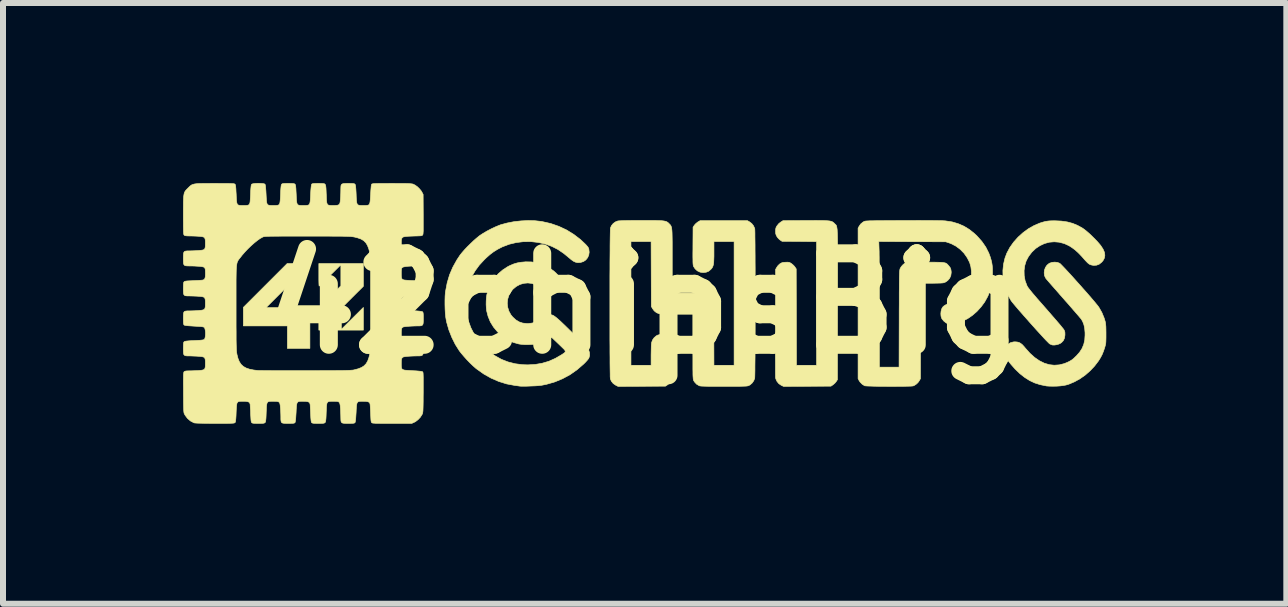
<source format=kicad_pcb>
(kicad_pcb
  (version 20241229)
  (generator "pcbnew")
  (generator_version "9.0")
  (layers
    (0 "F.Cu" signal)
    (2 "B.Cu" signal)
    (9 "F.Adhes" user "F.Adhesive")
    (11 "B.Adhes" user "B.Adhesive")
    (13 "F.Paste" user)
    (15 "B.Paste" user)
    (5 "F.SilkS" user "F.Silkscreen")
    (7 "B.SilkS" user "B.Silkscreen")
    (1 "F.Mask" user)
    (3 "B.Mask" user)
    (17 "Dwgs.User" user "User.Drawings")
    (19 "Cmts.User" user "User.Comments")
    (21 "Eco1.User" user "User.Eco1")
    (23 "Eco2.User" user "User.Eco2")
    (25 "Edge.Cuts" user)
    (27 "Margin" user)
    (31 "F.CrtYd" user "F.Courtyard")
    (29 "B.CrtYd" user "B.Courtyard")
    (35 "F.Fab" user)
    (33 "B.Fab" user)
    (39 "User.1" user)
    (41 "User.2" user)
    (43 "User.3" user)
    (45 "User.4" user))
  (footprint "42chipsBig"
    (layer "F.Cu")
    (at 7.691 2.006)
    (property "Reference" "42chipsBig" (at 0 0 0) (layer "F.SilkS") (effects (font (size 1.524 1.524) (thickness 0.3))))
    (attr through_hole)
    (fp_poly (pts (xy -5.94 -0.297) (xy -6.307 0.07) (xy -5.577 0.07) (xy -5.577 0.75) (xy -5.952 0.75) (xy -5.952 0.375) (xy -6.686 0.375) (xy -6.686 0.066) (xy -6.321 -0.299) (xy -5.956 -0.664) (xy -5.573 -0.664) (xy -5.94 -0.297)) (stroke (width 0.01) (type solid)) (fill yes) (layer "F.SilkS"))
    (fp_poly (pts (xy -4.686 -0.285) (xy -4.87 -0.102) (xy -5.053 0.082) (xy -5.053 0.433) (xy -4.87 0.25) (xy -4.686 0.067) (xy -4.686 0.445) (xy -5.428 0.445) (xy -5.428 0.074) (xy -5.245 -0.109) (xy -5.061 -0.293) (xy -5.061 -0.644) (xy -5.239 -0.467) (xy -5.282 -0.424) (xy -5.322 -0.384) (xy -5.357 -0.35) (xy -5.386 -0.322) (xy -5.407 -0.302) (xy -5.42 -0.291) (xy -5.423 -0.289) (xy -5.424 -0.296) (xy -5.426 -0.317) (xy -5.427 -0.35) (xy -5.428 -0.391) (xy -5.428 -0.44) (xy -5.428 -0.476) (xy -5.428 -0.664) (xy -4.686 -0.664) (xy -4.686 -0.285)) (stroke (width 0.01) (type solid)) (fill yes) (layer "F.SilkS"))
    (fp_poly (pts (xy 2.919 -1.381) (xy 2.974 -1.381) (xy 3.018 -1.379) (xy 3.053 -1.377) (xy 3.082 -1.374) (xy 3.104 -1.369) (xy 3.121 -1.364) (xy 3.135 -1.357) (xy 3.147 -1.348) (xy 3.159 -1.338) (xy 3.165 -1.331) (xy 3.172 -1.324) (xy 3.178 -1.319) (xy 3.184 -1.314) (xy 3.189 -1.308) (xy 3.194 -1.301) (xy 3.198 -1.292) (xy 3.201 -1.281) (xy 3.204 -1.266) (xy 3.207 -1.247) (xy 3.21 -1.224) (xy 3.211 -1.194) (xy 3.213 -1.159) (xy 3.214 -1.116) (xy 3.215 -1.066) (xy 3.216 -1.008) (xy 3.217 -0.94) (xy 3.217 -0.862) (xy 3.217 -0.774) (xy 3.217 -0.675) (xy 3.217 -0.563) (xy 3.217 -0.439) (xy 3.217 -0.302) (xy 3.216 -0.15) (xy 3.216 0.016) (xy 3.214 1.27) (xy 3.193 1.303) (xy 3.172 1.328) (xy 3.146 1.351) (xy 3.138 1.357) (xy 3.106 1.379) (xy 2.316 1.383) (xy 2.275 1.363) (xy 2.236 1.336) (xy 2.206 1.299) (xy 2.187 1.257) (xy 2.183 1.239) (xy 2.182 1.227) (xy 2.182 1.201) (xy 2.181 1.16) (xy 2.181 1.108) (xy 2.181 1.044) (xy 2.181 0.969) (xy 2.18 0.885) (xy 2.18 0.792) (xy 2.18 0.693) (xy 2.18 0.586) (xy 2.18 0.475) (xy 2.181 0.359) (xy 2.181 0.32) (xy 2.183 -0.566) (xy 2.203 -0.601) (xy 2.221 -0.627) (xy 2.246 -0.652) (xy 2.256 -0.66) (xy 2.276 -0.672) (xy 2.295 -0.68) (xy 2.32 -0.684) (xy 2.35 -0.686) (xy 2.381 -0.687) (xy 2.403 -0.685) (xy 2.421 -0.68) (xy 2.439 -0.669) (xy 2.446 -0.665) (xy 2.472 -0.644) (xy 2.496 -0.62) (xy 2.505 -0.608) (xy 2.527 -0.575) (xy 2.529 0.228) (xy 2.531 1.031) (xy 2.866 1.031) (xy 2.866 -1.03) (xy 2.579 -1.033) (xy 2.291 -1.035) (xy 2.259 -1.056) (xy 2.236 -1.076) (xy 2.213 -1.102) (xy 2.205 -1.115) (xy 2.192 -1.14) (xy 2.185 -1.165) (xy 2.183 -1.196) (xy 2.183 -1.203) (xy 2.184 -1.235) (xy 2.189 -1.259) (xy 2.2 -1.282) (xy 2.207 -1.293) (xy 2.237 -1.33) (xy 2.269 -1.355) (xy 2.307 -1.379) (xy 2.681 -1.381) (xy 2.774 -1.381) (xy 2.853 -1.382) (xy 2.919 -1.381)) (stroke (width 0.01) (type solid)) (fill yes) (layer "F.SilkS"))
    (fp_poly (pts (xy 6.945 -1.372) (xy 7.043 -1.358) (xy 7.133 -1.334) (xy 7.219 -1.298) (xy 7.295 -1.256) (xy 7.328 -1.233) (xy 7.369 -1.2) (xy 7.414 -1.161) (xy 7.461 -1.116) (xy 7.507 -1.07) (xy 7.55 -1.025) (xy 7.587 -0.982) (xy 7.603 -0.962) (xy 7.64 -0.905) (xy 7.663 -0.852) (xy 7.67 -0.802) (xy 7.662 -0.755) (xy 7.639 -0.712) (xy 7.616 -0.686) (xy 7.576 -0.654) (xy 7.532 -0.637) (xy 7.482 -0.634) (xy 7.473 -0.635) (xy 7.439 -0.642) (xy 7.411 -0.654) (xy 7.384 -0.675) (xy 7.354 -0.706) (xy 7.348 -0.712) (xy 7.284 -0.785) (xy 7.226 -0.845) (xy 7.171 -0.894) (xy 7.118 -0.933) (xy 7.065 -0.965) (xy 7.011 -0.99) (xy 6.992 -0.998) (xy 6.909 -1.02) (xy 6.826 -1.027) (xy 6.744 -1.02) (xy 6.664 -0.998) (xy 6.589 -0.963) (xy 6.518 -0.916) (xy 6.454 -0.855) (xy 6.399 -0.783) (xy 6.397 -0.78) (xy 6.359 -0.708) (xy 6.335 -0.629) (xy 6.324 -0.547) (xy 6.326 -0.463) (xy 6.341 -0.379) (xy 6.371 -0.299) (xy 6.373 -0.293) (xy 6.381 -0.279) (xy 6.393 -0.261) (xy 6.41 -0.239) (xy 6.433 -0.21) (xy 6.462 -0.174) (xy 6.499 -0.131) (xy 6.543 -0.079) (xy 6.597 -0.018) (xy 6.66 0.054) (xy 6.684 0.081) (xy 6.738 0.143) (xy 6.789 0.202) (xy 6.837 0.257) (xy 6.88 0.307) (xy 6.918 0.351) (xy 6.948 0.388) (xy 6.971 0.416) (xy 6.985 0.434) (xy 6.989 0.44) (xy 6.999 0.461) (xy 7.004 0.482) (xy 7.005 0.509) (xy 7.005 0.528) (xy 6.997 0.579) (xy 6.978 0.62) (xy 6.948 0.652) (xy 6.924 0.668) (xy 6.896 0.68) (xy 6.862 0.689) (xy 6.828 0.694) (xy 6.799 0.693) (xy 6.787 0.69) (xy 6.772 0.684) (xy 6.752 0.675) (xy 6.75 0.674) (xy 6.741 0.666) (xy 6.722 0.647) (xy 6.695 0.62) (xy 6.661 0.584) (xy 6.622 0.541) (xy 6.578 0.493) (xy 6.53 0.441) (xy 6.481 0.386) (xy 6.43 0.329) (xy 6.379 0.271) (xy 6.329 0.215) (xy 6.281 0.16) (xy 6.237 0.11) (xy 6.197 0.063) (xy 6.163 0.023) (xy 6.136 -0.01) (xy 6.116 -0.035) (xy 6.108 -0.046) (xy 6.056 -0.136) (xy 6.016 -0.234) (xy 5.988 -0.337) (xy 5.973 -0.443) (xy 5.971 -0.549) (xy 5.982 -0.655) (xy 6.006 -0.756) (xy 6.037 -0.838) (xy 6.087 -0.932) (xy 6.15 -1.021) (xy 6.224 -1.104) (xy 6.307 -1.179) (xy 6.396 -1.244) (xy 6.491 -1.298) (xy 6.588 -1.339) (xy 6.643 -1.356) (xy 6.677 -1.365) (xy 6.707 -1.37) (xy 6.738 -1.374) (xy 6.773 -1.376) (xy 6.818 -1.377) (xy 6.838 -1.377) (xy 6.945 -1.372)) (stroke (width 0.01) (type solid)) (fill yes) (layer "F.SilkS"))
    (fp_poly (pts (xy 6.88 -0.683) (xy 6.916 -0.669) (xy 6.928 -0.66) (xy 6.948 -0.64) (xy 6.977 -0.61) (xy 7.012 -0.573) (xy 7.053 -0.529) (xy 7.099 -0.479) (xy 7.147 -0.426) (xy 7.198 -0.369) (xy 7.25 -0.311) (xy 7.302 -0.252) (xy 7.353 -0.195) (xy 7.401 -0.14) (xy 7.446 -0.088) (xy 7.486 -0.041) (xy 7.52 -0.000029) (xy 7.547 0.033) (xy 7.566 0.058) (xy 7.572 0.067) (xy 7.62 0.151) (xy 7.658 0.243) (xy 7.676 0.302) (xy 7.681 0.326) (xy 7.684 0.353) (xy 7.687 0.386) (xy 7.688 0.428) (xy 7.689 0.481) (xy 7.689 0.512) (xy 7.689 0.566) (xy 7.688 0.607) (xy 7.687 0.639) (xy 7.685 0.665) (xy 7.681 0.686) (xy 7.676 0.707) (xy 7.669 0.731) (xy 7.668 0.735) (xy 7.646 0.8) (xy 7.624 0.854) (xy 7.597 0.905) (xy 7.564 0.958) (xy 7.5 1.042) (xy 7.426 1.121) (xy 7.344 1.193) (xy 7.256 1.255) (xy 7.164 1.306) (xy 7.072 1.345) (xy 7.022 1.36) (xy 6.979 1.368) (xy 6.925 1.375) (xy 6.865 1.379) (xy 6.804 1.38) (xy 6.747 1.379) (xy 6.699 1.376) (xy 6.69 1.374) (xy 6.592 1.354) (xy 6.501 1.325) (xy 6.416 1.285) (xy 6.334 1.233) (xy 6.254 1.17) (xy 6.174 1.093) (xy 6.103 1.012) (xy 6.064 0.963) (xy 6.035 0.923) (xy 6.015 0.888) (xy 6.004 0.857) (xy 5.999 0.827) (xy 5.999 0.814) (xy 6.005 0.761) (xy 6.025 0.716) (xy 6.056 0.68) (xy 6.097 0.655) (xy 6.146 0.642) (xy 6.171 0.64) (xy 6.208 0.643) (xy 6.238 0.65) (xy 6.266 0.665) (xy 6.295 0.688) (xy 6.327 0.723) (xy 6.346 0.746) (xy 6.422 0.831) (xy 6.5 0.901) (xy 6.58 0.956) (xy 6.661 0.996) (xy 6.744 1.021) (xy 6.827 1.03) (xy 6.911 1.024) (xy 6.995 1.003) (xy 7.061 0.975) (xy 7.095 0.957) (xy 7.125 0.938) (xy 7.154 0.914) (xy 7.188 0.881) (xy 7.194 0.876) (xy 7.249 0.814) (xy 7.29 0.751) (xy 7.318 0.684) (xy 7.335 0.612) (xy 7.34 0.531) (xy 7.34 0.488) (xy 7.334 0.416) (xy 7.321 0.355) (xy 7.301 0.303) (xy 7.279 0.264) (xy 7.27 0.253) (xy 7.252 0.232) (xy 7.226 0.201) (xy 7.192 0.162) (xy 7.152 0.116) (xy 7.107 0.064) (xy 7.058 0.007) (xy 7.005 -0.052) (xy 6.979 -0.082) (xy 6.925 -0.143) (xy 6.875 -0.201) (xy 6.828 -0.254) (xy 6.786 -0.302) (xy 6.75 -0.343) (xy 6.721 -0.377) (xy 6.699 -0.402) (xy 6.687 -0.418) (xy 6.684 -0.421) (xy 6.665 -0.462) (xy 6.659 -0.508) (xy 6.664 -0.555) (xy 6.68 -0.599) (xy 6.706 -0.637) (xy 6.741 -0.666) (xy 6.751 -0.671) (xy 6.791 -0.684) (xy 6.836 -0.688) (xy 6.88 -0.683)) (stroke (width 0.01) (type solid)) (fill yes) (layer "F.SilkS"))
    (fp_poly (pts (xy 4.677 -1.381) (xy 4.771 -1.381) (xy 4.852 -1.38) (xy 4.917 -1.379) (xy 4.968 -1.378) (xy 5.003 -1.376) (xy 5.015 -1.375) (xy 5.126 -1.358) (xy 5.227 -1.328) (xy 5.323 -1.286) (xy 5.413 -1.231) (xy 5.5 -1.161) (xy 5.542 -1.121) (xy 5.621 -1.032) (xy 5.686 -0.938) (xy 5.736 -0.839) (xy 5.759 -0.777) (xy 5.775 -0.724) (xy 5.786 -0.677) (xy 5.793 -0.632) (xy 5.797 -0.582) (xy 5.798 -0.524) (xy 5.798 -0.508) (xy 5.794 -0.402) (xy 5.78 -0.306) (xy 5.757 -0.216) (xy 5.724 -0.129) (xy 5.714 -0.108) (xy 5.667 -0.023) (xy 5.607 0.058) (xy 5.539 0.133) (xy 5.463 0.199) (xy 5.383 0.254) (xy 5.3 0.295) (xy 5.296 0.297) (xy 5.261 0.31) (xy 5.223 0.323) (xy 5.184 0.335) (xy 5.149 0.344) (xy 5.122 0.35) (xy 5.109 0.351) (xy 5.067 0.344) (xy 5.025 0.325) (xy 4.987 0.295) (xy 4.957 0.258) (xy 4.951 0.248) (xy 4.94 0.213) (xy 4.937 0.171) (xy 4.941 0.128) (xy 4.952 0.09) (xy 4.959 0.076) (xy 4.972 0.057) (xy 4.989 0.042) (xy 5.012 0.027) (xy 5.044 0.012) (xy 5.087 -0.005) (xy 5.11 -0.014) (xy 5.174 -0.04) (xy 5.226 -0.067) (xy 5.27 -0.097) (xy 5.31 -0.134) (xy 5.345 -0.173) (xy 5.384 -0.233) (xy 5.414 -0.302) (xy 5.435 -0.378) (xy 5.446 -0.457) (xy 5.447 -0.537) (xy 5.437 -0.613) (xy 5.417 -0.682) (xy 5.376 -0.762) (xy 5.324 -0.836) (xy 5.261 -0.9) (xy 5.189 -0.954) (xy 5.11 -0.995) (xy 5.073 -1.009) (xy 5.018 -1.027) (xy 4.461 -1.029) (xy 3.903 -1.032) (xy 3.908 -0.89) (xy 3.909 -0.863) (xy 3.909 -0.822) (xy 3.91 -0.767) (xy 3.91 -0.701) (xy 3.911 -0.623) (xy 3.912 -0.536) (xy 3.912 -0.441) (xy 3.912 -0.338) (xy 3.913 -0.229) (xy 3.913 -0.115) (xy 3.913 0.003) (xy 3.913 0.123) (xy 3.913 0.157) (xy 3.913 1.062) (xy 4.241 1.062) (xy 4.243 0.256) (xy 4.243 0.126) (xy 4.244 0.011) (xy 4.244 -0.091) (xy 4.244 -0.179) (xy 4.245 -0.256) (xy 4.245 -0.321) (xy 4.246 -0.377) (xy 4.246 -0.423) (xy 4.247 -0.462) (xy 4.248 -0.493) (xy 4.249 -0.517) (xy 4.25 -0.536) (xy 4.252 -0.551) (xy 4.254 -0.562) (xy 4.255 -0.571) (xy 4.258 -0.577) (xy 4.26 -0.583) (xy 4.261 -0.586) (xy 4.281 -0.617) (xy 4.308 -0.647) (xy 4.337 -0.67) (xy 4.356 -0.68) (xy 4.368 -0.682) (xy 4.394 -0.683) (xy 4.432 -0.685) (xy 4.48 -0.686) (xy 4.537 -0.687) (xy 4.601 -0.687) (xy 4.669 -0.687) (xy 4.679 -0.687) (xy 4.761 -0.687) (xy 4.828 -0.687) (xy 4.883 -0.686) (xy 4.926 -0.685) (xy 4.961 -0.683) (xy 4.988 -0.679) (xy 5.009 -0.675) (xy 5.025 -0.668) (xy 5.038 -0.66) (xy 5.049 -0.649) (xy 5.061 -0.636) (xy 5.068 -0.628) (xy 5.091 -0.599) (xy 5.103 -0.571) (xy 5.109 -0.537) (xy 5.11 -0.513) (xy 5.103 -0.462) (xy 5.083 -0.418) (xy 5.051 -0.381) (xy 5.011 -0.354) (xy 4.979 -0.343) (xy 4.962 -0.341) (xy 4.932 -0.339) (xy 4.893 -0.338) (xy 4.846 -0.337) (xy 4.794 -0.336) (xy 4.774 -0.336) (xy 4.601 -0.336) (xy 4.599 0.459) (xy 4.597 1.254) (xy 4.579 1.286) (xy 4.555 1.32) (xy 4.523 1.349) (xy 4.489 1.37) (xy 4.475 1.375) (xy 4.46 1.377) (xy 4.431 1.379) (xy 4.391 1.38) (xy 4.341 1.381) (xy 4.283 1.382) (xy 4.22 1.382) (xy 4.152 1.383) (xy 4.082 1.383) (xy 4.012 1.382) (xy 3.943 1.382) (xy 3.878 1.381) (xy 3.819 1.38) (xy 3.766 1.378) (xy 3.723 1.377) (xy 3.691 1.375) (xy 3.671 1.373) (xy 3.667 1.372) (xy 3.627 1.347) (xy 3.593 1.313) (xy 3.575 1.286) (xy 3.558 1.254) (xy 3.558 -1.254) (xy 3.575 -1.285) (xy 3.601 -1.323) (xy 3.636 -1.352) (xy 3.655 -1.364) (xy 3.661 -1.367) (xy 3.668 -1.369) (xy 3.677 -1.371) (xy 3.69 -1.373) (xy 3.707 -1.374) (xy 3.729 -1.375) (xy 3.758 -1.377) (xy 3.795 -1.377) (xy 3.84 -1.378) (xy 3.895 -1.379) (xy 3.96 -1.379) (xy 4.038 -1.38) (xy 4.128 -1.38) (xy 4.232 -1.381) (xy 4.308 -1.381) (xy 4.444 -1.381) (xy 4.567 -1.382) (xy 4.677 -1.381)) (stroke (width 0.01) (type solid)) (fill yes) (layer "F.SilkS"))
    (fp_poly (pts (xy 0.039 -1.382) (xy 0.115 -1.382) (xy 0.178 -1.382) (xy 0.23 -1.38) (xy 0.272 -1.379) (xy 0.306 -1.376) (xy 0.332 -1.372) (xy 0.353 -1.367) (xy 0.369 -1.361) (xy 0.382 -1.353) (xy 0.394 -1.344) (xy 0.405 -1.333) (xy 0.408 -1.33) (xy 0.418 -1.32) (xy 0.427 -1.311) (xy 0.434 -1.301) (xy 0.44 -1.291) (xy 0.445 -1.278) (xy 0.45 -1.261) (xy 0.453 -1.24) (xy 0.456 -1.212) (xy 0.458 -1.178) (xy 0.459 -1.136) (xy 0.46 -1.084) (xy 0.461 -1.022) (xy 0.461 -0.948) (xy 0.461 -0.861) (xy 0.461 -0.76) (xy 0.461 -0.707) (xy 0.461 -0.172) (xy 0.74 -0.172) (xy 0.819 -0.172) (xy 0.883 -0.171) (xy 0.935 -0.17) (xy 0.977 -0.169) (xy 1.009 -0.166) (xy 1.034 -0.162) (xy 1.054 -0.157) (xy 1.069 -0.15) (xy 1.081 -0.141) (xy 1.093 -0.13) (xy 1.103 -0.12) (xy 1.112 -0.11) (xy 1.12 -0.101) (xy 1.127 -0.092) (xy 1.133 -0.081) (xy 1.138 -0.068) (xy 1.142 -0.051) (xy 1.145 -0.029) (xy 1.148 -0.001) (xy 1.149 0.035) (xy 1.151 0.078) (xy 1.152 0.131) (xy 1.153 0.195) (xy 1.153 0.271) (xy 1.154 0.359) (xy 1.154 0.462) (xy 1.154 0.498) (xy 1.156 1.031) (xy 1.492 1.031) (xy 1.492 -1.031) (xy 1.156 -1.031) (xy 1.156 -0.853) (xy 1.156 -0.784) (xy 1.154 -0.73) (xy 1.152 -0.686) (xy 1.148 -0.652) (xy 1.141 -0.626) (xy 1.132 -0.604) (xy 1.121 -0.586) (xy 1.106 -0.569) (xy 1.104 -0.567) (xy 1.067 -0.536) (xy 1.027 -0.52) (xy 0.978 -0.514) (xy 0.976 -0.514) (xy 0.925 -0.521) (xy 0.879 -0.543) (xy 0.842 -0.577) (xy 0.817 -0.615) (xy 0.814 -0.623) (xy 0.811 -0.633) (xy 0.809 -0.648) (xy 0.807 -0.668) (xy 0.806 -0.695) (xy 0.806 -0.73) (xy 0.805 -0.776) (xy 0.805 -0.833) (xy 0.806 -0.903) (xy 0.806 -0.956) (xy 0.808 -1.27) (xy 0.83 -1.303) (xy 0.85 -1.326) (xy 0.876 -1.348) (xy 0.888 -1.357) (xy 0.926 -1.379) (xy 1.714 -1.379) (xy 1.749 -1.359) (xy 1.786 -1.331) (xy 1.815 -1.294) (xy 1.834 -1.252) (xy 1.836 -1.245) (xy 1.837 -1.233) (xy 1.838 -1.206) (xy 1.839 -1.166) (xy 1.839 -1.113) (xy 1.84 -1.049) (xy 1.841 -0.974) (xy 1.841 -0.89) (xy 1.842 -0.798) (xy 1.842 -0.698) (xy 1.843 -0.592) (xy 1.843 -0.481) (xy 1.843 -0.365) (xy 1.843 -0.247) (xy 1.843 -0.126) (xy 1.843 -0.004) (xy 1.843 0.118) (xy 1.843 0.239) (xy 1.843 0.357) (xy 1.843 0.473) (xy 1.842 0.585) (xy 1.842 0.692) (xy 1.841 0.792) (xy 1.841 0.885) (xy 1.84 0.97) (xy 1.839 1.046) (xy 1.839 1.111) (xy 1.838 1.165) (xy 1.837 1.206) (xy 1.836 1.234) (xy 1.835 1.248) (xy 1.835 1.248) (xy 1.819 1.289) (xy 1.792 1.327) (xy 1.758 1.357) (xy 1.738 1.368) (xy 1.73 1.371) (xy 1.721 1.374) (xy 1.708 1.376) (xy 1.692 1.378) (xy 1.67 1.379) (xy 1.64 1.38) (xy 1.603 1.381) (xy 1.555 1.382) (xy 1.497 1.382) (xy 1.426 1.382) (xy 1.341 1.382) (xy 1.322 1.382) (xy 1.232 1.382) (xy 1.157 1.382) (xy 1.095 1.382) (xy 1.044 1.381) (xy 1.004 1.38) (xy 0.973 1.379) (xy 0.949 1.378) (xy 0.931 1.376) (xy 0.919 1.374) (xy 0.909 1.371) (xy 0.908 1.37) (xy 0.866 1.345) (xy 0.832 1.308) (xy 0.819 1.287) (xy 0.816 1.281) (xy 0.814 1.274) (xy 0.812 1.264) (xy 0.81 1.251) (xy 0.809 1.234) (xy 0.807 1.211) (xy 0.806 1.181) (xy 0.806 1.144) (xy 0.805 1.097) (xy 0.805 1.04) (xy 0.805 0.971) (xy 0.805 0.891) (xy 0.804 0.796) (xy 0.804 0.719) (xy 0.804 0.18) (xy 0.538 0.18) (xy 0.459 0.179) (xy 0.39 0.179) (xy 0.333 0.177) (xy 0.287 0.176) (xy 0.255 0.173) (xy 0.239 0.171) (xy 0.198 0.154) (xy 0.161 0.124) (xy 0.132 0.086) (xy 0.131 0.083) (xy 0.113 0.051) (xy 0.111 -0.49) (xy 0.109 -1.031) (xy -0.227 -1.031) (xy -0.227 1.031) (xy 0.109 1.031) (xy 0.109 0.86) (xy 0.11 0.807) (xy 0.111 0.757) (xy 0.112 0.713) (xy 0.114 0.677) (xy 0.117 0.654) (xy 0.118 0.65) (xy 0.133 0.609) (xy 0.16 0.571) (xy 0.195 0.541) (xy 0.214 0.53) (xy 0.26 0.517) (xy 0.309 0.518) (xy 0.356 0.531) (xy 0.398 0.556) (xy 0.432 0.591) (xy 0.433 0.593) (xy 0.457 0.626) (xy 0.459 0.94) (xy 0.461 1.254) (xy 0.437 1.295) (xy 0.415 1.325) (xy 0.39 1.351) (xy 0.381 1.357) (xy 0.349 1.379) (xy -0.441 1.383) (xy -0.481 1.363) (xy -0.523 1.334) (xy -0.554 1.295) (xy -0.57 1.257) (xy -0.571 1.245) (xy -0.573 1.219) (xy -0.573 1.179) (xy -0.574 1.127) (xy -0.575 1.063) (xy -0.576 0.988) (xy -0.576 0.905) (xy -0.577 0.812) (xy -0.577 0.713) (xy -0.578 0.607) (xy -0.578 0.496) (xy -0.578 0.38) (xy -0.578 0.262) (xy -0.578 0.141) (xy -0.578 0.019) (xy -0.578 -0.104) (xy -0.578 -0.225) (xy -0.578 -0.345) (xy -0.578 -0.461) (xy -0.577 -0.574) (xy -0.577 -0.681) (xy -0.576 -0.783) (xy -0.575 -0.877) (xy -0.575 -0.964) (xy -0.574 -1.041) (xy -0.573 -1.108) (xy -0.572 -1.164) (xy -0.571 -1.208) (xy -0.57 -1.238) (xy -0.569 -1.254) (xy -0.569 -1.256) (xy -0.552 -1.295) (xy -0.523 -1.331) (xy -0.486 -1.358) (xy -0.446 -1.374) (xy -0.426 -1.376) (xy -0.391 -1.378) (xy -0.34 -1.38) (xy -0.276 -1.381) (xy -0.196 -1.382) (xy -0.103 -1.382) (xy -0.052 -1.382) (xy 0.039 -1.382)) (stroke (width 0.01) (type solid)) (fill yes) (layer "F.SilkS"))
    (fp_poly (pts (xy -1.826 -1.378) (xy -1.72 -1.366) (xy -1.704 -1.363) (xy -1.563 -1.331) (xy -1.428 -1.284) (xy -1.3 -1.224) (xy -1.18 -1.15) (xy -1.069 -1.065) (xy -1.011 -1.011) (xy -0.979 -0.98) (xy -0.957 -0.955) (xy -0.942 -0.936) (xy -0.933 -0.919) (xy -0.929 -0.906) (xy -0.923 -0.854) (xy -0.93 -0.806) (xy -0.949 -0.762) (xy -0.979 -0.725) (xy -1.018 -0.698) (xy -1.065 -0.683) (xy -1.079 -0.681) (xy -1.116 -0.68) (xy -1.15 -0.687) (xy -1.183 -0.702) (xy -1.219 -0.727) (xy -1.252 -0.755) (xy -1.348 -0.834) (xy -1.444 -0.899) (xy -1.544 -0.95) (xy -1.65 -0.988) (xy -1.762 -1.014) (xy -1.772 -1.016) (xy -1.895 -1.03) (xy -2.019 -1.029) (xy -2.139 -1.014) (xy -2.256 -0.986) (xy -2.367 -0.944) (xy -2.379 -0.938) (xy -2.451 -0.901) (xy -2.515 -0.861) (xy -2.575 -0.816) (xy -2.637 -0.761) (xy -2.672 -0.727) (xy -2.755 -0.637) (xy -2.823 -0.544) (xy -2.878 -0.448) (xy -2.921 -0.345) (xy -2.954 -0.234) (xy -2.957 -0.221) (xy -2.964 -0.179) (xy -2.969 -0.125) (xy -2.972 -0.065) (xy -2.974 -0.001) (xy -2.973 0.061) (xy -2.97 0.117) (xy -2.965 0.163) (xy -2.965 0.165) (xy -2.937 0.288) (xy -2.895 0.404) (xy -2.839 0.514) (xy -2.768 0.617) (xy -2.685 0.713) (xy -2.59 0.801) (xy -2.49 0.874) (xy -2.386 0.932) (xy -2.276 0.975) (xy -2.159 1.005) (xy -2.036 1.021) (xy -1.946 1.024) (xy -1.822 1.017) (xy -1.706 0.997) (xy -1.594 0.964) (xy -1.487 0.916) (xy -1.385 0.857) (xy -1.358 0.839) (xy -1.338 0.825) (xy -1.325 0.813) (xy -1.321 0.801) (xy -1.325 0.786) (xy -1.338 0.768) (xy -1.361 0.745) (xy -1.394 0.713) (xy -1.429 0.679) (xy -1.55 0.564) (xy -1.57 0.578) (xy -1.601 0.597) (xy -1.642 0.618) (xy -1.687 0.638) (xy -1.731 0.655) (xy -1.759 0.665) (xy -1.809 0.675) (xy -1.869 0.683) (xy -1.934 0.686) (xy -1.999 0.686) (xy -2.059 0.681) (xy -2.094 0.676) (xy -2.188 0.65) (xy -2.276 0.61) (xy -2.357 0.557) (xy -2.435 0.489) (xy -2.45 0.474) (xy -2.517 0.394) (xy -2.57 0.308) (xy -2.608 0.215) (xy -2.632 0.122) (xy -2.637 0.074) (xy -2.64 0.018) (xy -2.639 -0.042) (xy -2.635 -0.099) (xy -2.628 -0.147) (xy -2.6 -0.243) (xy -2.559 -0.334) (xy -2.504 -0.418) (xy -2.438 -0.494) (xy -2.362 -0.559) (xy -2.277 -0.614) (xy -2.241 -0.632) (xy -2.179 -0.658) (xy -2.121 -0.675) (xy -2.059 -0.686) (xy -1.989 -0.692) (xy -1.988 -0.693) (xy -1.882 -0.691) (xy -1.781 -0.674) (xy -1.686 -0.643) (xy -1.596 -0.598) (xy -1.514 -0.54) (xy -1.475 -0.505) (xy -1.444 -0.472) (xy -1.425 -0.44) (xy -1.416 -0.404) (xy -1.415 -0.36) (xy -1.415 -0.351) (xy -1.418 -0.319) (xy -1.424 -0.295) (xy -1.436 -0.274) (xy -1.442 -0.264) (xy -1.478 -0.227) (xy -1.522 -0.204) (xy -1.572 -0.194) (xy -1.583 -0.194) (xy -1.615 -0.195) (xy -1.64 -0.2) (xy -1.664 -0.21) (xy -1.69 -0.228) (xy -1.719 -0.25) (xy -1.749 -0.273) (xy -1.781 -0.294) (xy -1.808 -0.309) (xy -1.81 -0.31) (xy -1.877 -0.333) (xy -1.945 -0.341) (xy -2.012 -0.335) (xy -2.077 -0.316) (xy -2.138 -0.283) (xy -2.192 -0.238) (xy -2.227 -0.196) (xy -2.261 -0.135) (xy -2.281 -0.071) (xy -2.288 -0.003) (xy -2.281 0.064) (xy -2.261 0.129) (xy -2.228 0.189) (xy -2.198 0.226) (xy -2.146 0.274) (xy -2.09 0.308) (xy -2.03 0.328) (xy -1.963 0.335) (xy -1.934 0.335) (xy -1.871 0.327) (xy -1.815 0.309) (xy -1.761 0.279) (xy -1.716 0.244) (xy -1.674 0.213) (xy -1.633 0.195) (xy -1.591 0.188) (xy -1.581 0.188) (xy -1.564 0.188) (xy -1.549 0.191) (xy -1.532 0.196) (xy -1.514 0.205) (xy -1.494 0.219) (xy -1.469 0.238) (xy -1.44 0.263) (xy -1.404 0.295) (xy -1.362 0.335) (xy -1.311 0.384) (xy -1.251 0.443) (xy -1.21 0.483) (xy -1.145 0.547) (xy -1.088 0.604) (xy -1.038 0.655) (xy -0.998 0.697) (xy -0.966 0.731) (xy -0.945 0.755) (xy -0.934 0.769) (xy -0.933 0.771) (xy -0.918 0.819) (xy -0.916 0.867) (xy -0.925 0.902) (xy -0.936 0.923) (xy -0.956 0.948) (xy -0.985 0.98) (xy -1.014 1.009) (xy -1.125 1.105) (xy -1.242 1.187) (xy -1.366 1.254) (xy -1.496 1.308) (xy -1.634 1.348) (xy -1.714 1.364) (xy -1.741 1.367) (xy -1.779 1.371) (xy -1.825 1.374) (xy -1.876 1.376) (xy -1.928 1.378) (xy -1.977 1.38) (xy -2.021 1.38) (xy -2.057 1.38) (xy -2.08 1.378) (xy -2.082 1.378) (xy -2.101 1.375) (xy -2.129 1.371) (xy -2.162 1.367) (xy -2.167 1.366) (xy -2.3 1.341) (xy -2.431 1.3) (xy -2.558 1.245) (xy -2.68 1.176) (xy -2.797 1.093) (xy -2.816 1.078) (xy -2.861 1.038) (xy -2.911 0.99) (xy -2.963 0.936) (xy -3.012 0.881) (xy -3.056 0.829) (xy -3.087 0.789) (xy -3.154 0.683) (xy -3.212 0.566) (xy -3.261 0.442) (xy -3.298 0.313) (xy -3.304 0.284) (xy -3.313 0.232) (xy -3.32 0.168) (xy -3.324 0.096) (xy -3.326 0.021) (xy -3.326 -0.053) (xy -3.324 -0.123) (xy -3.319 -0.184) (xy -3.316 -0.203) (xy -3.289 -0.344) (xy -3.249 -0.478) (xy -3.195 -0.604) (xy -3.127 -0.726) (xy -3.074 -0.806) (xy -3.042 -0.846) (xy -3.002 -0.892) (xy -2.954 -0.943) (xy -2.903 -0.993) (xy -2.852 -1.042) (xy -2.802 -1.086) (xy -2.758 -1.122) (xy -2.742 -1.134) (xy -2.688 -1.169) (xy -2.625 -1.206) (xy -2.558 -1.241) (xy -2.491 -1.273) (xy -2.428 -1.299) (xy -2.394 -1.312) (xy -2.289 -1.34) (xy -2.176 -1.362) (xy -2.058 -1.375) (xy -1.941 -1.381) (xy -1.826 -1.378)) (stroke (width 0.01) (type solid)) (fill yes) (layer "F.SilkS"))
    (fp_poly (pts (xy -6.401 -2) (xy -6.368 -1.998) (xy -6.342 -1.994) (xy -6.327 -1.988) (xy -6.326 -1.987) (xy -6.321 -1.976) (xy -6.317 -1.954) (xy -6.314 -1.92) (xy -6.31 -1.873) (xy -6.307 -1.818) (xy -6.304 -1.76) (xy -6.301 -1.715) (xy -6.297 -1.682) (xy -6.29 -1.659) (xy -6.279 -1.645) (xy -6.264 -1.637) (xy -6.242 -1.633) (xy -6.213 -1.632) (xy -6.186 -1.632) (xy -6.151 -1.632) (xy -6.124 -1.634) (xy -6.104 -1.638) (xy -6.09 -1.648) (xy -6.08 -1.664) (xy -6.075 -1.689) (xy -6.071 -1.725) (xy -6.068 -1.773) (xy -6.066 -1.817) (xy -6.064 -1.873) (xy -6.061 -1.916) (xy -6.058 -1.946) (xy -6.055 -1.967) (xy -6.051 -1.98) (xy -6.047 -1.986) (xy -6.04 -1.992) (xy -6.029 -1.996) (xy -6.01 -1.998) (xy -5.982 -1.999) (xy -5.942 -2) (xy -5.936 -2) (xy -5.894 -1.999) (xy -5.864 -1.998) (xy -5.845 -1.996) (xy -5.833 -1.992) (xy -5.825 -1.987) (xy -5.824 -1.986) (xy -5.82 -1.978) (xy -5.816 -1.964) (xy -5.813 -1.943) (xy -5.81 -1.911) (xy -5.808 -1.868) (xy -5.805 -1.817) (xy -5.803 -1.759) (xy -5.8 -1.714) (xy -5.796 -1.682) (xy -5.789 -1.659) (xy -5.779 -1.645) (xy -5.763 -1.637) (xy -5.742 -1.633) (xy -5.713 -1.632) (xy -5.686 -1.632) (xy -5.651 -1.632) (xy -5.624 -1.634) (xy -5.604 -1.638) (xy -5.59 -1.648) (xy -5.58 -1.664) (xy -5.574 -1.689) (xy -5.57 -1.725) (xy -5.567 -1.773) (xy -5.565 -1.818) (xy -5.562 -1.878) (xy -5.558 -1.924) (xy -5.554 -1.957) (xy -5.55 -1.978) (xy -5.547 -1.987) (xy -5.54 -1.992) (xy -5.528 -1.996) (xy -5.508 -1.998) (xy -5.478 -1.999) (xy -5.436 -2) (xy -5.395 -1.999) (xy -5.365 -1.998) (xy -5.346 -1.996) (xy -5.334 -1.993) (xy -5.326 -1.987) (xy -5.324 -1.985) (xy -5.319 -1.977) (xy -5.315 -1.965) (xy -5.312 -1.947) (xy -5.309 -1.921) (xy -5.307 -1.883) (xy -5.305 -1.833) (xy -5.304 -1.816) (xy -5.302 -1.758) (xy -5.3 -1.713) (xy -5.296 -1.681) (xy -5.289 -1.659) (xy -5.279 -1.644) (xy -5.263 -1.637) (xy -5.241 -1.633) (xy -5.212 -1.632) (xy -5.186 -1.632) (xy -5.143 -1.633) (xy -5.113 -1.637) (xy -5.093 -1.646) (xy -5.08 -1.662) (xy -5.073 -1.689) (xy -5.069 -1.728) (xy -5.068 -1.738) (xy -5.065 -1.784) (xy -5.063 -1.835) (xy -5.062 -1.884) (xy -5.062 -1.895) (xy -5.061 -1.934) (xy -5.059 -1.962) (xy -5.052 -1.98) (xy -5.038 -1.991) (xy -5.016 -1.997) (xy -4.983 -1.999) (xy -4.937 -2) (xy -4.935 -2) (xy -4.893 -1.999) (xy -4.864 -1.998) (xy -4.845 -1.996) (xy -4.833 -1.992) (xy -4.826 -1.986) (xy -4.825 -1.986) (xy -4.821 -1.978) (xy -4.817 -1.963) (xy -4.814 -1.939) (xy -4.811 -1.905) (xy -4.808 -1.859) (xy -4.806 -1.817) (xy -4.804 -1.759) (xy -4.801 -1.714) (xy -4.797 -1.682) (xy -4.79 -1.659) (xy -4.779 -1.645) (xy -4.764 -1.637) (xy -4.742 -1.633) (xy -4.713 -1.632) (xy -4.686 -1.632) (xy -4.651 -1.632) (xy -4.624 -1.634) (xy -4.604 -1.638) (xy -4.59 -1.648) (xy -4.581 -1.664) (xy -4.575 -1.689) (xy -4.571 -1.725) (xy -4.568 -1.772) (xy -4.565 -1.818) (xy -4.562 -1.878) (xy -4.558 -1.924) (xy -4.555 -1.957) (xy -4.551 -1.978) (xy -4.547 -1.987) (xy -4.543 -1.99) (xy -4.536 -1.992) (xy -4.525 -1.995) (xy -4.508 -1.996) (xy -4.484 -1.997) (xy -4.451 -1.998) (xy -4.408 -1.999) (xy -4.354 -1.999) (xy -4.287 -1.999) (xy -4.214 -2) (xy -4.133 -1.999) (xy -4.065 -1.999) (xy -4.01 -1.999) (xy -3.966 -1.998) (xy -3.932 -1.997) (xy -3.906 -1.995) (xy -3.886 -1.993) (xy -3.87 -1.991) (xy -3.858 -1.988) (xy -3.855 -1.987) (xy -3.822 -1.97) (xy -3.786 -1.944) (xy -3.752 -1.911) (xy -3.723 -1.876) (xy -3.71 -1.854) (xy -3.69 -1.816) (xy -3.688 -1.485) (xy -3.688 -1.404) (xy -3.688 -1.337) (xy -3.688 -1.283) (xy -3.688 -1.24) (xy -3.688 -1.207) (xy -3.69 -1.182) (xy -3.691 -1.165) (xy -3.693 -1.153) (xy -3.695 -1.145) (xy -3.699 -1.14) (xy -3.699 -1.139) (xy -3.708 -1.132) (xy -3.72 -1.128) (xy -3.74 -1.126) (xy -3.771 -1.125) (xy -3.791 -1.124) (xy -3.837 -1.123) (xy -3.889 -1.121) (xy -3.937 -1.119) (xy -3.948 -1.118) (xy -3.99 -1.114) (xy -4.019 -1.108) (xy -4.037 -1.097) (xy -4.048 -1.079) (xy -4.053 -1.051) (xy -4.054 -1.011) (xy -4.054 -1) (xy -4.054 -0.965) (xy -4.052 -0.938) (xy -4.048 -0.918) (xy -4.038 -0.904) (xy -4.022 -0.894) (xy -3.997 -0.888) (xy -3.961 -0.884) (xy -3.914 -0.881) (xy -3.868 -0.879) (xy -3.808 -0.875) (xy -3.762 -0.872) (xy -3.729 -0.868) (xy -3.708 -0.864) (xy -3.699 -0.86) (xy -3.694 -0.853) (xy -3.69 -0.841) (xy -3.688 -0.821) (xy -3.687 -0.791) (xy -3.687 -0.75) (xy -3.687 -0.703) (xy -3.689 -0.67) (xy -3.695 -0.648) (xy -3.706 -0.634) (xy -3.726 -0.627) (xy -3.755 -0.625) (xy -3.797 -0.624) (xy -3.8 -0.624) (xy -3.875 -0.623) (xy -3.937 -0.619) (xy -3.985 -0.614) (xy -4.019 -0.607) (xy -4.038 -0.598) (xy -4.038 -0.598) (xy -4.045 -0.589) (xy -4.05 -0.578) (xy -4.052 -0.56) (xy -4.054 -0.532) (xy -4.054 -0.503) (xy -4.054 -0.467) (xy -4.052 -0.44) (xy -4.048 -0.419) (xy -4.039 -0.405) (xy -4.023 -0.395) (xy -3.998 -0.389) (xy -3.963 -0.386) (xy -3.915 -0.383) (xy -3.87 -0.381) (xy -3.814 -0.379) (xy -3.773 -0.376) (xy -3.742 -0.373) (xy -3.722 -0.37) (xy -3.709 -0.367) (xy -3.701 -0.362) (xy -3.701 -0.362) (xy -3.695 -0.355) (xy -3.691 -0.343) (xy -3.688 -0.326) (xy -3.687 -0.299) (xy -3.687 -0.259) (xy -3.687 -0.25) (xy -3.687 -0.203) (xy -3.689 -0.17) (xy -3.695 -0.148) (xy -3.706 -0.134) (xy -3.725 -0.128) (xy -3.753 -0.125) (xy -3.793 -0.125) (xy -3.838 -0.124) (xy -3.89 -0.122) (xy -3.938 -0.119) (xy -3.948 -0.118) (xy -3.99 -0.114) (xy -4.019 -0.108) (xy -4.037 -0.097) (xy -4.048 -0.079) (xy -4.053 -0.051) (xy -4.054 -0.011) (xy -4.054 0) (xy -4.054 0.035) (xy -4.052 0.062) (xy -4.048 0.082) (xy -4.038 0.096) (xy -4.022 0.106) (xy -3.997 0.112) (xy -3.961 0.116) (xy -3.913 0.119) (xy -3.868 0.121) (xy -3.808 0.124) (xy -3.762 0.128) (xy -3.729 0.132) (xy -3.709 0.136) (xy -3.699 0.14) (xy -3.694 0.147) (xy -3.69 0.159) (xy -3.688 0.178) (xy -3.687 0.208) (xy -3.687 0.25) (xy -3.687 0.296) (xy -3.689 0.33) (xy -3.695 0.352) (xy -3.706 0.365) (xy -3.724 0.372) (xy -3.751 0.375) (xy -3.789 0.375) (xy -3.832 0.376) (xy -3.881 0.378) (xy -3.929 0.381) (xy -3.942 0.382) (xy -3.986 0.386) (xy -4.016 0.391) (xy -4.036 0.4) (xy -4.047 0.416) (xy -4.052 0.441) (xy -4.054 0.477) (xy -4.054 0.496) (xy -4.054 0.532) (xy -4.052 0.56) (xy -4.048 0.581) (xy -4.039 0.595) (xy -4.023 0.605) (xy -3.998 0.611) (xy -3.963 0.614) (xy -3.915 0.617) (xy -3.87 0.619) (xy -3.814 0.621) (xy -3.773 0.624) (xy -3.742 0.626) (xy -3.722 0.629) (xy -3.709 0.633) (xy -3.701 0.638) (xy -3.701 0.638) (xy -3.695 0.645) (xy -3.691 0.656) (xy -3.688 0.674) (xy -3.687 0.701) (xy -3.687 0.74) (xy -3.687 0.75) (xy -3.687 0.796) (xy -3.689 0.83) (xy -3.695 0.852) (xy -3.706 0.865) (xy -3.725 0.872) (xy -3.753 0.875) (xy -3.793 0.875) (xy -3.838 0.876) (xy -3.89 0.878) (xy -3.938 0.881) (xy -3.948 0.882) (xy -3.99 0.886) (xy -4.019 0.892) (xy -4.037 0.903) (xy -4.048 0.921) (xy -4.053 0.948) (xy -4.054 0.989) (xy -4.054 1) (xy -4.054 1.035) (xy -4.052 1.062) (xy -4.048 1.082) (xy -4.038 1.096) (xy -4.022 1.105) (xy -3.997 1.112) (xy -3.961 1.115) (xy -3.914 1.118) (xy -3.868 1.121) (xy -3.808 1.124) (xy -3.763 1.128) (xy -3.731 1.131) (xy -3.71 1.135) (xy -3.699 1.139) (xy -3.699 1.14) (xy -3.696 1.143) (xy -3.693 1.15) (xy -3.691 1.16) (xy -3.69 1.176) (xy -3.689 1.198) (xy -3.688 1.229) (xy -3.688 1.269) (xy -3.688 1.321) (xy -3.688 1.384) (xy -3.688 1.462) (xy -3.688 1.483) (xy -3.689 1.564) (xy -3.689 1.631) (xy -3.69 1.685) (xy -3.691 1.728) (xy -3.692 1.762) (xy -3.693 1.787) (xy -3.695 1.807) (xy -3.697 1.821) (xy -3.7 1.832) (xy -3.703 1.842) (xy -3.708 1.851) (xy -3.709 1.853) (xy -3.737 1.897) (xy -3.775 1.937) (xy -3.817 1.97) (xy -3.837 1.98) (xy -3.878 1.999) (xy -4.207 1.999) (xy -4.287 1.999) (xy -4.354 1.999) (xy -4.407 1.999) (xy -4.45 1.998) (xy -4.482 1.998) (xy -4.506 1.996) (xy -4.523 1.995) (xy -4.535 1.993) (xy -4.542 1.99) (xy -4.547 1.987) (xy -4.548 1.986) (xy -4.553 1.977) (xy -4.557 1.963) (xy -4.56 1.94) (xy -4.562 1.907) (xy -4.564 1.862) (xy -4.565 1.839) (xy -4.567 1.793) (xy -4.569 1.751) (xy -4.571 1.716) (xy -4.573 1.691) (xy -4.574 1.681) (xy -4.58 1.66) (xy -4.593 1.646) (xy -4.614 1.637) (xy -4.647 1.632) (xy -4.691 1.631) (xy -4.725 1.631) (xy -4.75 1.632) (xy -4.769 1.637) (xy -4.783 1.647) (xy -4.792 1.663) (xy -4.798 1.689) (xy -4.802 1.724) (xy -4.805 1.773) (xy -4.807 1.819) (xy -4.811 1.879) (xy -4.814 1.925) (xy -4.818 1.957) (xy -4.822 1.978) (xy -4.826 1.987) (xy -4.833 1.992) (xy -4.845 1.996) (xy -4.865 1.998) (xy -4.895 1.999) (xy -4.936 2) (xy -4.983 1.999) (xy -5.016 1.997) (xy -5.038 1.992) (xy -5.052 1.98) (xy -5.059 1.962) (xy -5.061 1.935) (xy -5.062 1.897) (xy -5.063 1.855) (xy -5.065 1.805) (xy -5.067 1.757) (xy -5.068 1.743) (xy -5.072 1.699) (xy -5.078 1.669) (xy -5.088 1.649) (xy -5.104 1.637) (xy -5.13 1.632) (xy -5.168 1.631) (xy -5.186 1.631) (xy -5.221 1.631) (xy -5.248 1.632) (xy -5.268 1.637) (xy -5.282 1.646) (xy -5.292 1.662) (xy -5.297 1.687) (xy -5.301 1.723) (xy -5.303 1.771) (xy -5.305 1.817) (xy -5.307 1.872) (xy -5.309 1.913) (xy -5.312 1.942) (xy -5.315 1.963) (xy -5.319 1.976) (xy -5.323 1.984) (xy -5.324 1.985) (xy -5.331 1.991) (xy -5.342 1.995) (xy -5.359 1.998) (xy -5.385 1.999) (xy -5.423 1.999) (xy -5.436 2) (xy -5.478 1.999) (xy -5.508 1.998) (xy -5.527 1.996) (xy -5.539 1.992) (xy -5.547 1.987) (xy -5.548 1.986) (xy -5.552 1.977) (xy -5.556 1.962) (xy -5.559 1.938) (xy -5.562 1.904) (xy -5.564 1.856) (xy -5.565 1.839) (xy -5.567 1.793) (xy -5.569 1.751) (xy -5.571 1.716) (xy -5.572 1.691) (xy -5.574 1.681) (xy -5.58 1.66) (xy -5.593 1.646) (xy -5.614 1.637) (xy -5.647 1.632) (xy -5.691 1.631) (xy -5.725 1.631) (xy -5.75 1.632) (xy -5.769 1.637) (xy -5.783 1.647) (xy -5.792 1.663) (xy -5.798 1.689) (xy -5.802 1.724) (xy -5.805 1.773) (xy -5.807 1.819) (xy -5.811 1.879) (xy -5.814 1.925) (xy -5.818 1.957) (xy -5.822 1.978) (xy -5.826 1.987) (xy -5.833 1.992) (xy -5.845 1.996) (xy -5.864 1.998) (xy -5.894 1.999) (xy -5.936 2) (xy -5.982 1.999) (xy -6.016 1.997) (xy -6.038 1.992) (xy -6.052 1.98) (xy -6.058 1.962) (xy -6.061 1.933) (xy -6.061 1.894) (xy -6.061 1.893) (xy -6.062 1.848) (xy -6.064 1.796) (xy -6.067 1.749) (xy -6.068 1.739) (xy -6.072 1.696) (xy -6.078 1.666) (xy -6.089 1.647) (xy -6.106 1.637) (xy -6.134 1.632) (xy -6.174 1.631) (xy -6.186 1.631) (xy -6.221 1.631) (xy -6.248 1.632) (xy -6.268 1.637) (xy -6.282 1.646) (xy -6.291 1.662) (xy -6.297 1.687) (xy -6.301 1.723) (xy -6.303 1.771) (xy -6.305 1.817) (xy -6.307 1.872) (xy -6.309 1.913) (xy -6.312 1.942) (xy -6.315 1.963) (xy -6.318 1.976) (xy -6.323 1.984) (xy -6.324 1.985) (xy -6.331 1.991) (xy -6.342 1.995) (xy -6.359 1.998) (xy -6.385 1.999) (xy -6.423 1.999) (xy -6.436 2) (xy -6.478 1.999) (xy -6.507 1.998) (xy -6.527 1.996) (xy -6.539 1.992) (xy -6.546 1.987) (xy -6.547 1.986) (xy -6.552 1.977) (xy -6.556 1.962) (xy -6.559 1.938) (xy -6.561 1.904) (xy -6.564 1.857) (xy -6.565 1.835) (xy -6.566 1.789) (xy -6.569 1.747) (xy -6.571 1.712) (xy -6.572 1.687) (xy -6.574 1.677) (xy -6.581 1.657) (xy -6.595 1.644) (xy -6.619 1.636) (xy -6.654 1.631) (xy -6.691 1.631) (xy -6.724 1.631) (xy -6.75 1.632) (xy -6.769 1.637) (xy -6.782 1.647) (xy -6.792 1.663) (xy -6.797 1.689) (xy -6.801 1.725) (xy -6.804 1.773) (xy -6.806 1.818) (xy -6.808 1.874) (xy -6.811 1.917) (xy -6.814 1.947) (xy -6.817 1.968) (xy -6.821 1.981) (xy -6.825 1.986) (xy -6.829 1.989) (xy -6.835 1.992) (xy -6.845 1.994) (xy -6.86 1.996) (xy -6.881 1.997) (xy -6.911 1.998) (xy -6.95 1.999) (xy -7 1.999) (xy -7.063 1.999) (xy -7.139 1.999) (xy -7.162 1.999) (xy -7.252 1.999) (xy -7.328 1.998) (xy -7.39 1.997) (xy -7.439 1.996) (xy -7.474 1.994) (xy -7.498 1.992) (xy -7.51 1.989) (xy -7.567 1.959) (xy -7.617 1.916) (xy -7.656 1.864) (xy -7.663 1.851) (xy -7.668 1.842) (xy -7.672 1.834) (xy -7.675 1.823) (xy -7.677 1.81) (xy -7.679 1.792) (xy -7.68 1.768) (xy -7.681 1.737) (xy -7.682 1.696) (xy -7.683 1.645) (xy -7.683 1.581) (xy -7.684 1.504) (xy -7.684 1.485) (xy -7.684 1.404) (xy -7.685 1.337) (xy -7.685 1.283) (xy -7.684 1.24) (xy -7.684 1.207) (xy -7.683 1.182) (xy -7.681 1.165) (xy -7.679 1.153) (xy -7.677 1.145) (xy -7.674 1.14) (xy -7.673 1.139) (xy -7.664 1.132) (xy -7.651 1.128) (xy -7.63 1.125) (xy -7.598 1.124) (xy -7.585 1.124) (xy -7.542 1.123) (xy -7.492 1.121) (xy -7.443 1.119) (xy -7.429 1.118) (xy -7.385 1.114) (xy -7.355 1.108) (xy -7.336 1.098) (xy -7.325 1.08) (xy -7.32 1.053) (xy -7.319 1.014) (xy -7.319 1) (xy -7.319 0.956) (xy -7.323 0.926) (xy -7.332 0.906) (xy -7.348 0.894) (xy -7.375 0.887) (xy -7.414 0.883) (xy -7.425 0.882) (xy -7.47 0.879) (xy -7.522 0.877) (xy -7.57 0.875) (xy -7.581 0.875) (xy -7.62 0.875) (xy -7.648 0.872) (xy -7.666 0.865) (xy -7.678 0.852) (xy -7.683 0.83) (xy -7.685 0.797) (xy -7.686 0.75) (xy -7.686 0.748) (xy -7.685 0.707) (xy -7.684 0.678) (xy -7.682 0.658) (xy -7.678 0.646) (xy -7.672 0.639) (xy -7.672 0.638) (xy -7.664 0.634) (xy -7.65 0.63) (xy -7.629 0.627) (xy -7.597 0.624) (xy -7.554 0.621) (xy -7.504 0.619) (xy -7.449 0.616) (xy -7.408 0.614) (xy -7.378 0.611) (xy -7.358 0.608) (xy -7.345 0.604) (xy -7.337 0.6) (xy -7.336 0.599) (xy -7.326 0.581) (xy -7.32 0.552) (xy -7.317 0.516) (xy -7.317 0.479) (xy -7.321 0.444) (xy -7.328 0.416) (xy -7.337 0.4) (xy -7.343 0.396) (xy -7.355 0.392) (xy -7.373 0.388) (xy -7.399 0.385) (xy -7.437 0.383) (xy -7.487 0.38) (xy -7.505 0.379) (xy -7.565 0.375) (xy -7.611 0.372) (xy -7.644 0.368) (xy -7.664 0.364) (xy -7.673 0.36) (xy -7.678 0.353) (xy -7.682 0.341) (xy -7.684 0.322) (xy -7.685 0.292) (xy -7.686 0.25) (xy -7.685 0.203) (xy -7.683 0.17) (xy -7.678 0.148) (xy -7.667 0.134) (xy -7.648 0.128) (xy -7.621 0.125) (xy -7.583 0.125) (xy -7.541 0.124) (xy -7.491 0.122) (xy -7.444 0.119) (xy -7.429 0.118) (xy -7.385 0.114) (xy -7.355 0.108) (xy -7.336 0.098) (xy -7.325 0.08) (xy -7.32 0.053) (xy -7.319 0.014) (xy -7.319 0) (xy -7.319 -0.043) (xy -7.323 -0.074) (xy -7.332 -0.094) (xy -7.348 -0.106) (xy -7.375 -0.113) (xy -7.414 -0.117) (xy -7.425 -0.118) (xy -7.47 -0.121) (xy -7.522 -0.123) (xy -7.57 -0.124) (xy -7.581 -0.125) (xy -7.62 -0.125) (xy -7.648 -0.128) (xy -7.666 -0.134) (xy -7.678 -0.148) (xy -7.683 -0.17) (xy -7.685 -0.203) (xy -7.686 -0.232) (xy -6.807 -0.232) (xy -6.807 -0.132) (xy -6.807 -0.018) (xy -6.807 0.066) (xy -6.807 0.189) (xy -6.807 0.297) (xy -6.807 0.391) (xy -6.806 0.473) (xy -6.806 0.543) (xy -6.806 0.603) (xy -6.805 0.654) (xy -6.804 0.696) (xy -6.803 0.731) (xy -6.802 0.76) (xy -6.801 0.783) (xy -6.799 0.803) (xy -6.798 0.819) (xy -6.795 0.833) (xy -6.793 0.846) (xy -6.793 0.847) (xy -6.776 0.914) (xy -6.754 0.969) (xy -6.725 1.014) (xy -6.688 1.049) (xy -6.641 1.076) (xy -6.583 1.096) (xy -6.512 1.11) (xy -6.452 1.117) (xy -6.434 1.118) (xy -6.402 1.118) (xy -6.357 1.119) (xy -6.3 1.12) (xy -6.233 1.12) (xy -6.155 1.121) (xy -6.069 1.121) (xy -5.976 1.121) (xy -5.877 1.121) (xy -5.773 1.121) (xy -5.666 1.121) (xy -5.639 1.121) (xy -5.512 1.121) (xy -5.4 1.12) (xy -5.301 1.12) (xy -5.215 1.12) (xy -5.14 1.119) (xy -5.077 1.118) (xy -5.023 1.118) (xy -4.978 1.117) (xy -4.942 1.116) (xy -4.912 1.115) (xy -4.888 1.113) (xy -4.869 1.112) (xy -4.854 1.11) (xy -4.842 1.108) (xy -4.839 1.107) (xy -4.771 1.089) (xy -4.716 1.067) (xy -4.673 1.039) (xy -4.639 1.003) (xy -4.613 0.957) (xy -4.593 0.9) (xy -4.578 0.84) (xy -4.576 0.828) (xy -4.574 0.814) (xy -4.573 0.797) (xy -4.571 0.777) (xy -4.57 0.751) (xy -4.569 0.719) (xy -4.568 0.681) (xy -4.567 0.634) (xy -4.567 0.579) (xy -4.566 0.514) (xy -4.566 0.438) (xy -4.566 0.351) (xy -4.566 0.251) (xy -4.566 0.137) (xy -4.566 0.009) (xy -4.566 0) (xy -4.566 -0.129) (xy -4.566 -0.244) (xy -4.566 -0.345) (xy -4.566 -0.433) (xy -4.566 -0.509) (xy -4.567 -0.575) (xy -4.567 -0.631) (xy -4.568 -0.678) (xy -4.569 -0.717) (xy -4.57 -0.749) (xy -4.571 -0.775) (xy -4.573 -0.796) (xy -4.574 -0.813) (xy -4.576 -0.827) (xy -4.578 -0.839) (xy -4.578 -0.84) (xy -4.596 -0.91) (xy -4.618 -0.967) (xy -4.646 -1.012) (xy -4.682 -1.047) (xy -4.728 -1.074) (xy -4.786 -1.094) (xy -4.839 -1.107) (xy -4.852 -1.109) (xy -4.866 -1.111) (xy -4.882 -1.113) (xy -4.9 -1.115) (xy -4.924 -1.116) (xy -4.952 -1.117) (xy -4.986 -1.118) (xy -5.027 -1.119) (xy -5.077 -1.12) (xy -5.136 -1.12) (xy -5.205 -1.12) (xy -5.286 -1.121) (xy -5.379 -1.121) (xy -5.486 -1.121) (xy -5.606 -1.121) (xy -5.62 -1.121) (xy -5.741 -1.121) (xy -5.848 -1.121) (xy -5.941 -1.121) (xy -6.022 -1.121) (xy -6.091 -1.12) (xy -6.149 -1.12) (xy -6.197 -1.119) (xy -6.237 -1.119) (xy -6.269 -1.118) (xy -6.295 -1.117) (xy -6.315 -1.116) (xy -6.33 -1.114) (xy -6.341 -1.113) (xy -6.35 -1.111) (xy -6.357 -1.108) (xy -6.363 -1.106) (xy -6.366 -1.104) (xy -6.406 -1.082) (xy -6.453 -1.049) (xy -6.505 -1.007) (xy -6.558 -0.96) (xy -6.611 -0.909) (xy -6.661 -0.856) (xy -6.706 -0.804) (xy -6.724 -0.781) (xy -6.738 -0.763) (xy -6.75 -0.748) (xy -6.761 -0.734) (xy -6.77 -0.721) (xy -6.778 -0.708) (xy -6.785 -0.693) (xy -6.791 -0.675) (xy -6.795 -0.654) (xy -6.799 -0.628) (xy -6.802 -0.596) (xy -6.804 -0.558) (xy -6.805 -0.513) (xy -6.806 -0.458) (xy -6.807 -0.394) (xy -6.807 -0.319) (xy -6.807 -0.232) (xy -7.686 -0.232) (xy -7.686 -0.25) (xy -7.686 -0.251) (xy -7.685 -0.293) (xy -7.684 -0.322) (xy -7.682 -0.341) (xy -7.678 -0.353) (xy -7.672 -0.361) (xy -7.672 -0.362) (xy -7.663 -0.367) (xy -7.648 -0.371) (xy -7.625 -0.374) (xy -7.591 -0.376) (xy -7.544 -0.378) (xy -7.533 -0.379) (xy -7.488 -0.381) (xy -7.445 -0.383) (xy -7.409 -0.385) (xy -7.383 -0.387) (xy -7.375 -0.387) (xy -7.352 -0.392) (xy -7.336 -0.402) (xy -7.326 -0.419) (xy -7.32 -0.445) (xy -7.318 -0.484) (xy -7.318 -0.504) (xy -7.319 -0.547) (xy -7.322 -0.576) (xy -7.332 -0.595) (xy -7.349 -0.607) (xy -7.377 -0.613) (xy -7.416 -0.618) (xy -7.418 -0.618) (xy -7.456 -0.62) (xy -7.503 -0.623) (xy -7.551 -0.624) (xy -7.573 -0.624) (xy -7.615 -0.625) (xy -7.645 -0.627) (xy -7.665 -0.634) (xy -7.677 -0.647) (xy -7.683 -0.668) (xy -7.685 -0.7) (xy -7.686 -0.746) (xy -7.686 -0.751) (xy -7.685 -0.798) (xy -7.683 -0.831) (xy -7.677 -0.852) (xy -7.666 -0.866) (xy -7.647 -0.872) (xy -7.619 -0.875) (xy -7.583 -0.875) (xy -7.541 -0.876) (xy -7.491 -0.878) (xy -7.444 -0.881) (xy -7.429 -0.882) (xy -7.385 -0.886) (xy -7.355 -0.891) (xy -7.336 -0.902) (xy -7.325 -0.919) (xy -7.32 -0.946) (xy -7.319 -0.986) (xy -7.319 -1) (xy -7.319 -1.043) (xy -7.323 -1.073) (xy -7.332 -1.093) (xy -7.348 -1.106) (xy -7.375 -1.113) (xy -7.414 -1.117) (xy -7.425 -1.118) (xy -7.47 -1.121) (xy -7.522 -1.123) (xy -7.57 -1.124) (xy -7.581 -1.124) (xy -7.618 -1.125) (xy -7.643 -1.127) (xy -7.659 -1.13) (xy -7.669 -1.136) (xy -7.673 -1.139) (xy -7.676 -1.144) (xy -7.679 -1.151) (xy -7.681 -1.163) (xy -7.682 -1.181) (xy -7.684 -1.206) (xy -7.684 -1.239) (xy -7.685 -1.282) (xy -7.685 -1.337) (xy -7.686 -1.405) (xy -7.686 -1.473) (xy -7.686 -1.559) (xy -7.685 -1.63) (xy -7.685 -1.689) (xy -7.683 -1.737) (xy -7.681 -1.776) (xy -7.677 -1.807) (xy -7.672 -1.832) (xy -7.665 -1.852) (xy -7.656 -1.869) (xy -7.644 -1.885) (xy -7.63 -1.9) (xy -7.613 -1.917) (xy -7.608 -1.922) (xy -7.59 -1.94) (xy -7.574 -1.955) (xy -7.559 -1.967) (xy -7.543 -1.977) (xy -7.523 -1.984) (xy -7.5 -1.99) (xy -7.471 -1.994) (xy -7.434 -1.997) (xy -7.389 -1.998) (xy -7.333 -1.999) (xy -7.265 -1.999) (xy -7.183 -2) (xy -7.158 -2) (xy -7.079 -1.999) (xy -7.013 -1.999) (xy -6.96 -1.999) (xy -6.919 -1.998) (xy -6.887 -1.997) (xy -6.864 -1.996) (xy -6.847 -1.995) (xy -6.836 -1.992) (xy -6.829 -1.99) (xy -6.825 -1.987) (xy -6.824 -1.986) (xy -6.82 -1.978) (xy -6.816 -1.963) (xy -6.813 -1.94) (xy -6.81 -1.907) (xy -6.808 -1.862) (xy -6.805 -1.817) (xy -6.803 -1.759) (xy -6.8 -1.714) (xy -6.796 -1.682) (xy -6.789 -1.659) (xy -6.779 -1.645) (xy -6.763 -1.637) (xy -6.742 -1.633) (xy -6.713 -1.632) (xy -6.686 -1.632) (xy -6.651 -1.632) (xy -6.624 -1.634) (xy -6.604 -1.638) (xy -6.59 -1.648) (xy -6.58 -1.664) (xy -6.574 -1.689) (xy -6.571 -1.725) (xy -6.568 -1.773) (xy -6.566 -1.817) (xy -6.564 -1.873) (xy -6.561 -1.916) (xy -6.558 -1.946) (xy -6.555 -1.967) (xy -6.551 -1.98) (xy -6.547 -1.986) (xy -6.534 -1.992) (xy -6.508 -1.997) (xy -6.476 -2) (xy -6.439 -2.001) (xy -6.401 -2)) (stroke (width 0.01) (type solid)) (fill yes) (layer "F.SilkS")))
  (gr_rect
    (start -3 -3)
    (end 18.385 7.011)
    (stroke (width 0.1) (type default))
    (fill no)
    (layer "Edge.Cuts")))
</source>
